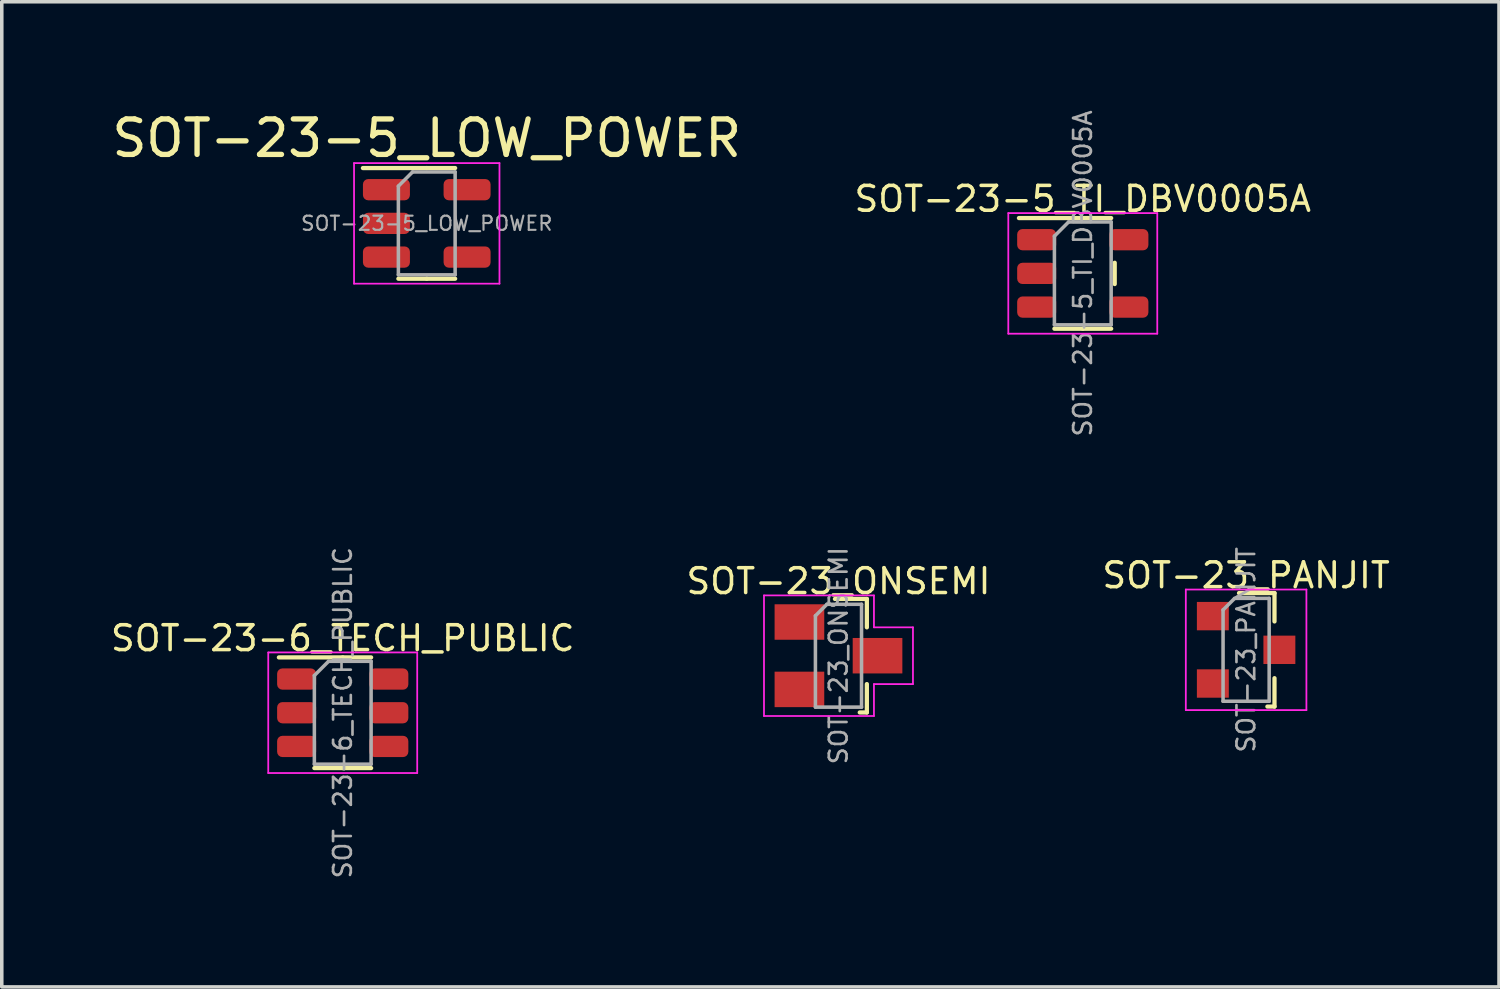
<source format=kicad_pcb>
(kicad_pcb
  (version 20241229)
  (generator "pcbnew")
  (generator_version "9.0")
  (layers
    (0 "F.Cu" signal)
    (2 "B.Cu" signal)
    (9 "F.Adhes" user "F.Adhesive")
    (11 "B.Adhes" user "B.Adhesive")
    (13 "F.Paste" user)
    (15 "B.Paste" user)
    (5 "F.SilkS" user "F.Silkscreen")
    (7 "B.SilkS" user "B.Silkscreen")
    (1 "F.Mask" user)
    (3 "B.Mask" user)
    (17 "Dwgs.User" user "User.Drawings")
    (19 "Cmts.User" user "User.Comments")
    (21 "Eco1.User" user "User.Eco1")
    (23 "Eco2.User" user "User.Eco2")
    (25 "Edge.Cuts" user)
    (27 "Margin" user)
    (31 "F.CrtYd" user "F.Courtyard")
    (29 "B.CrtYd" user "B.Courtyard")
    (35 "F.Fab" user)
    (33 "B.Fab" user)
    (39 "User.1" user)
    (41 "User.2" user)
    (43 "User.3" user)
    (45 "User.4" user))
  (footprint "SOT-23-6_TECH_PUBLIC"
    (layer "F.Cu")
    (at 6.613 17.045)
    (property "Reference" "SOT-23-6_TECH_PUBLIC" (at 0 -2.1 0) (layer "F.SilkS") (effects (font (size 0.7 0.7) (thickness 0.1))))
    (attr smd)
    (fp_line (start 0 -1.56) (end -1.8 -1.56) (stroke (width 0.12) (type solid)) (layer "F.SilkS"))
    (fp_line (start 0 -1.56) (end 0.8 -1.56) (stroke (width 0.12) (type solid)) (layer "F.SilkS"))
    (fp_line (start 0 1.56) (end -0.8 1.56) (stroke (width 0.12) (type solid)) (layer "F.SilkS"))
    (fp_line (start 0 1.56) (end 0.8 1.56) (stroke (width 0.12) (type solid)) (layer "F.SilkS"))
    (fp_line (start -2.1 -1.7) (end -2.1 1.7) (stroke (width 0.05) (type solid)) (layer "F.CrtYd"))
    (fp_line (start -2.1 1.7) (end 2.1 1.7) (stroke (width 0.05) (type solid)) (layer "F.CrtYd"))
    (fp_line (start 2.1 -1.7) (end -2.1 -1.7) (stroke (width 0.05) (type solid)) (layer "F.CrtYd"))
    (fp_line (start 2.1 1.7) (end 2.1 -1.7) (stroke (width 0.05) (type solid)) (layer "F.CrtYd"))
    (fp_line (start -0.8 -1.05) (end -0.4 -1.45) (stroke (width 0.1) (type solid)) (layer "F.Fab"))
    (fp_line (start -0.8 1.45) (end -0.8 -1.05) (stroke (width 0.1) (type solid)) (layer "F.Fab"))
    (fp_line (start -0.4 -1.45) (end 0.8 -1.45) (stroke (width 0.1) (type solid)) (layer "F.Fab"))
    (fp_line (start 0.8 -1.45) (end 0.8 1.45) (stroke (width 0.1) (type solid)) (layer "F.Fab"))
    (fp_line (start 0.8 1.45) (end -0.8 1.45) (stroke (width 0.1) (type solid)) (layer "F.Fab"))
    (fp_text user "${REFERENCE}" (at 0 0 270) (layer "F.Fab") (effects (font (size 0.5 0.5) (thickness 0.075))))
    (pad "1" smd roundrect (at -1.3 -0.95) (size 1.1 0.6) (layers "F.Cu" "F.Mask" "F.Paste") (roundrect_rratio 0.25))
    (pad "2" smd roundrect (at -1.3 0) (size 1.1 0.6) (layers "F.Cu" "F.Mask" "F.Paste") (roundrect_rratio 0.25))
    (pad "3" smd roundrect (at -1.3 0.95) (size 1.1 0.6) (layers "F.Cu" "F.Mask" "F.Paste") (roundrect_rratio 0.25))
    (pad "4" smd roundrect (at 1.3 0.95) (size 1.1 0.6) (layers "F.Cu" "F.Mask" "F.Paste") (roundrect_rratio 0.25))
    (pad "5" smd roundrect (at 1.3 0) (size 1.1 0.6) (layers "F.Cu" "F.Mask" "F.Paste") (roundrect_rratio 0.25))
    (pad "6" smd roundrect (at 1.3 -0.95) (size 1.1 0.6) (layers "F.Cu" "F.Mask" "F.Paste") (roundrect_rratio 0.25)))
  (footprint "SOT-23_PANJIT"
    (layer "F.Cu")
    (at 32.083 15.271)
    (property "Reference" "SOT-23_PANJIT" (at 0 -2.1 0) (layer "F.SilkS") (effects (font (size 0.7 0.7) (thickness 0.1))))
    (attr smd)
    (fp_line (start -0.2 -1.6) (end 0.8 -1.6) (stroke (width 0.12) (type solid)) (layer "F.SilkS"))
    (fp_line (start 0.8 -1.6) (end 0.8 -0.8) (stroke (width 0.12) (type solid)) (layer "F.SilkS"))
    (fp_line (start 0.8 0.8) (end 0.8 1.6) (stroke (width 0.12) (type solid)) (layer "F.SilkS"))
    (fp_line (start 0.8 1.6) (end 0.6 1.6) (stroke (width 0.12) (type solid)) (layer "F.SilkS"))
    (fp_line (start -1.7 -1.7) (end -1.7 1.7) (stroke (width 0.05) (type solid)) (layer "F.CrtYd"))
    (fp_line (start -1.7 1.7) (end 1.7 1.7) (stroke (width 0.05) (type solid)) (layer "F.CrtYd"))
    (fp_line (start 1.7 -1.7) (end -1.7 -1.7) (stroke (width 0.05) (type solid)) (layer "F.CrtYd"))
    (fp_line (start 1.7 1.7) (end 1.7 -1.7) (stroke (width 0.05) (type solid)) (layer "F.CrtYd"))
    (fp_line (start -0.65 -1.125) (end -0.325 -1.45) (stroke (width 0.1) (type solid)) (layer "F.Fab"))
    (fp_line (start -0.65 1.45) (end -0.65 -1.125) (stroke (width 0.1) (type solid)) (layer "F.Fab"))
    (fp_line (start -0.325 -1.45) (end 0.65 -1.45) (stroke (width 0.1) (type solid)) (layer "F.Fab"))
    (fp_line (start 0.65 -1.45) (end 0.65 1.45) (stroke (width 0.1) (type solid)) (layer "F.Fab"))
    (fp_line (start 0.65 1.45) (end -0.65 1.45) (stroke (width 0.1) (type solid)) (layer "F.Fab"))
    (fp_text user "${REFERENCE}" (at 0 0 90) (layer "F.Fab") (effects (font (size 0.5 0.5) (thickness 0.075))))
    (pad "1" smd rect (at -0.938 -0.95) (size 0.9 0.8) (layers "F.Cu" "F.Mask" "F.Paste"))
    (pad "2" smd rect (at -0.938 0.95) (size 0.9 0.8) (layers "F.Cu" "F.Mask" "F.Paste"))
    (pad "3" smd rect (at 0.938 0) (size 0.9 0.8) (layers "F.Cu" "F.Mask" "F.Paste")))
  (footprint "SOT-23-5_TI_DBV0005A"
    (layer "F.Cu")
    (at 27.478 4.658)
    (property "Reference" "SOT-23-5_TI_DBV0005A" (at 0 -2.1 0) (layer "F.SilkS") (effects (font (size 0.7 0.7) (thickness 0.1))))
    (attr smd)
    (fp_line (start 0 -1.56) (end -1.8 -1.56) (stroke (width 0.12) (type solid)) (layer "F.SilkS"))
    (fp_line (start 0 -1.56) (end 0.8 -1.56) (stroke (width 0.12) (type solid)) (layer "F.SilkS"))
    (fp_line (start 0 1.56) (end -0.8 1.56) (stroke (width 0.12) (type solid)) (layer "F.SilkS"))
    (fp_line (start 0 1.56) (end 0.8 1.56) (stroke (width 0.12) (type solid)) (layer "F.SilkS"))
    (fp_line (start 0.9 0.3) (end 0.9 -0.3) (stroke (width 0.12) (type solid)) (layer "F.SilkS"))
    (fp_line (start -2.1 -1.7) (end -2.1 1.7) (stroke (width 0.05) (type solid)) (layer "F.CrtYd"))
    (fp_line (start -2.1 1.7) (end 2.1 1.7) (stroke (width 0.05) (type solid)) (layer "F.CrtYd"))
    (fp_line (start 2.1 -1.7) (end -2.1 -1.7) (stroke (width 0.05) (type solid)) (layer "F.CrtYd"))
    (fp_line (start 2.1 1.7) (end 2.1 -1.7) (stroke (width 0.05) (type solid)) (layer "F.CrtYd"))
    (fp_line (start -0.8 -1.05) (end -0.4 -1.45) (stroke (width 0.1) (type solid)) (layer "F.Fab"))
    (fp_line (start -0.8 1.45) (end -0.8 -1.05) (stroke (width 0.1) (type solid)) (layer "F.Fab"))
    (fp_line (start -0.4 -1.45) (end 0.8 -1.45) (stroke (width 0.1) (type solid)) (layer "F.Fab"))
    (fp_line (start 0.8 -1.45) (end 0.8 1.45) (stroke (width 0.1) (type solid)) (layer "F.Fab"))
    (fp_line (start 0.8 1.45) (end -0.8 1.45) (stroke (width 0.1) (type solid)) (layer "F.Fab"))
    (fp_text user "${REFERENCE}" (at 0 0 270) (layer "F.Fab") (effects (font (size 0.5 0.5) (thickness 0.075))))
    (pad "1" smd roundrect (at -1.3 -0.95) (size 1.1 0.6) (layers "F.Cu" "F.Mask" "F.Paste") (roundrect_rratio 0.25))
    (pad "2" smd roundrect (at -1.3 0) (size 1.1 0.6) (layers "F.Cu" "F.Mask" "F.Paste") (roundrect_rratio 0.25))
    (pad "3" smd roundrect (at -1.3 0.95) (size 1.1 0.6) (layers "F.Cu" "F.Mask" "F.Paste") (roundrect_rratio 0.25))
    (pad "4" smd roundrect (at 1.3 0.95) (size 1.1 0.6) (layers "F.Cu" "F.Mask" "F.Paste") (roundrect_rratio 0.25))
    (pad "5" smd roundrect (at 1.3 -0.95) (size 1.1 0.6) (layers "F.Cu" "F.Mask" "F.Paste") (roundrect_rratio 0.25)))
  (footprint "SOT-23_ONSEMI"
    (layer "F.Cu")
    (at 20.59 15.437)
    (property "Reference" "SOT-23_ONSEMI" (at 0 -2.1 0) (layer "F.SilkS") (effects (font (size 0.7 0.7) (thickness 0.1))))
    (attr smd)
    (fp_line (start -0.1 -1.6) (end 0.8 -1.6) (stroke (width 0.12) (type solid)) (layer "F.SilkS"))
    (fp_line (start 0.8 -1.6) (end 0.8 -0.8) (stroke (width 0.12) (type solid)) (layer "F.SilkS"))
    (fp_line (start 0.8 0.8) (end 0.8 1.6) (stroke (width 0.12) (type solid)) (layer "F.SilkS"))
    (fp_line (start 0.8 1.6) (end 0.6 1.6) (stroke (width 0.12) (type solid)) (layer "F.SilkS"))
    (fp_line (start -2.1 -1.7) (end -2.1 1.7) (stroke (width 0.05) (type solid)) (layer "F.CrtYd"))
    (fp_line (start -2.1 1.7) (end 1 1.7) (stroke (width 0.05) (type solid)) (layer "F.CrtYd"))
    (fp_line (start 1 -1.7) (end -2.1 -1.7) (stroke (width 0.05) (type solid)) (layer "F.CrtYd"))
    (fp_line (start 1 -1.7) (end 1 -0.8) (stroke (width 0.05) (type solid)) (layer "F.CrtYd"))
    (fp_line (start 1 -0.8) (end 2.1 -0.8) (stroke (width 0.05) (type solid)) (layer "F.CrtYd"))
    (fp_line (start 1 0.8) (end 1 1.7) (stroke (width 0.05) (type solid)) (layer "F.CrtYd"))
    (fp_line (start 2.1 0.8) (end 1 0.8) (stroke (width 0.05) (type solid)) (layer "F.CrtYd"))
    (fp_line (start 2.1 0.8) (end 2.1 -0.8) (stroke (width 0.05) (type solid)) (layer "F.CrtYd"))
    (fp_line (start -0.65 -1.125) (end -0.325 -1.45) (stroke (width 0.1) (type solid)) (layer "F.Fab"))
    (fp_line (start -0.65 1.45) (end -0.65 -1.125) (stroke (width 0.1) (type solid)) (layer "F.Fab"))
    (fp_line (start -0.325 -1.45) (end 0.65 -1.45) (stroke (width 0.1) (type solid)) (layer "F.Fab"))
    (fp_line (start 0.65 -1.45) (end 0.65 1.45) (stroke (width 0.1) (type solid)) (layer "F.Fab"))
    (fp_line (start 0.65 1.45) (end -0.65 1.45) (stroke (width 0.1) (type solid)) (layer "F.Fab"))
    (fp_text user "${REFERENCE}" (at 0 0 90) (layer "F.Fab") (effects (font (size 0.5 0.5) (thickness 0.075))))
    (pad "1" smd rect (at -1.101 -0.95) (size 1.4 1) (layers "F.Cu" "F.Mask" "F.Paste"))
    (pad "2" smd rect (at -1.101 0.95) (size 1.4 1) (layers "F.Cu" "F.Mask" "F.Paste"))
    (pad "3" smd rect (at 1.101 0) (size 1.4 1) (layers "F.Cu" "F.Mask" "F.Paste")))
  (footprint "SOT-23-5_LOW_POWER"
    (layer "F.Cu")
    (at 8.982 3.248)
    (property "Reference" "SOT-23-5_LOW_POWER" (at 0 -2.4 0) (layer "F.SilkS") (effects (font (size 1 1) (thickness 0.15))))
    (attr smd)
    (fp_line (start 0 -1.56) (end -1.8 -1.56) (stroke (width 0.12) (type solid)) (layer "F.SilkS"))
    (fp_line (start 0 -1.56) (end 0.8 -1.56) (stroke (width 0.12) (type solid)) (layer "F.SilkS"))
    (fp_line (start 0 1.56) (end -0.8 1.56) (stroke (width 0.12) (type solid)) (layer "F.SilkS"))
    (fp_line (start 0 1.56) (end 0.8 1.56) (stroke (width 0.12) (type solid)) (layer "F.SilkS"))
    (fp_line (start -2.05 -1.7) (end -2.05 1.7) (stroke (width 0.05) (type solid)) (layer "F.CrtYd"))
    (fp_line (start -2.05 1.7) (end 2.05 1.7) (stroke (width 0.05) (type solid)) (layer "F.CrtYd"))
    (fp_line (start 2.05 -1.7) (end -2.05 -1.7) (stroke (width 0.05) (type solid)) (layer "F.CrtYd"))
    (fp_line (start 2.05 1.7) (end 2.05 -1.7) (stroke (width 0.05) (type solid)) (layer "F.CrtYd"))
    (fp_line (start -0.8 -1.05) (end -0.4 -1.45) (stroke (width 0.1) (type solid)) (layer "F.Fab"))
    (fp_line (start -0.8 1.45) (end -0.8 -1.05) (stroke (width 0.1) (type solid)) (layer "F.Fab"))
    (fp_line (start -0.4 -1.45) (end 0.8 -1.45) (stroke (width 0.1) (type solid)) (layer "F.Fab"))
    (fp_line (start 0.8 -1.45) (end 0.8 1.45) (stroke (width 0.1) (type solid)) (layer "F.Fab"))
    (fp_line (start 0.8 1.45) (end -0.8 1.45) (stroke (width 0.1) (type solid)) (layer "F.Fab"))
    (fp_text user "${REFERENCE}" (at 0 0 0) (layer "F.Fab") (effects (font (size 0.4 0.4) (thickness 0.06))))
    (pad "1" smd roundrect (at -1.137 -0.95) (size 1.325 0.6) (layers "F.Cu" "F.Mask" "F.Paste") (roundrect_rratio 0.25))
    (pad "2" smd roundrect (at -1.137 0) (size 1.325 0.6) (layers "F.Cu" "F.Mask" "F.Paste") (roundrect_rratio 0.25))
    (pad "3" smd roundrect (at -1.137 0.95) (size 1.325 0.6) (layers "F.Cu" "F.Mask" "F.Paste") (roundrect_rratio 0.25))
    (pad "4" smd roundrect (at 1.137 0.95) (size 1.325 0.6) (layers "F.Cu" "F.Mask" "F.Paste") (roundrect_rratio 0.25))
    (pad "5" smd roundrect (at 1.137 -0.95) (size 1.325 0.6) (layers "F.Cu" "F.Mask" "F.Paste") (roundrect_rratio 0.25)))
  (gr_rect
    (start -3 -3)
    (end 39.213 24.774)
    (stroke (width 0.1) (type default))
    (fill no)
    (layer "Edge.Cuts")))
</source>
